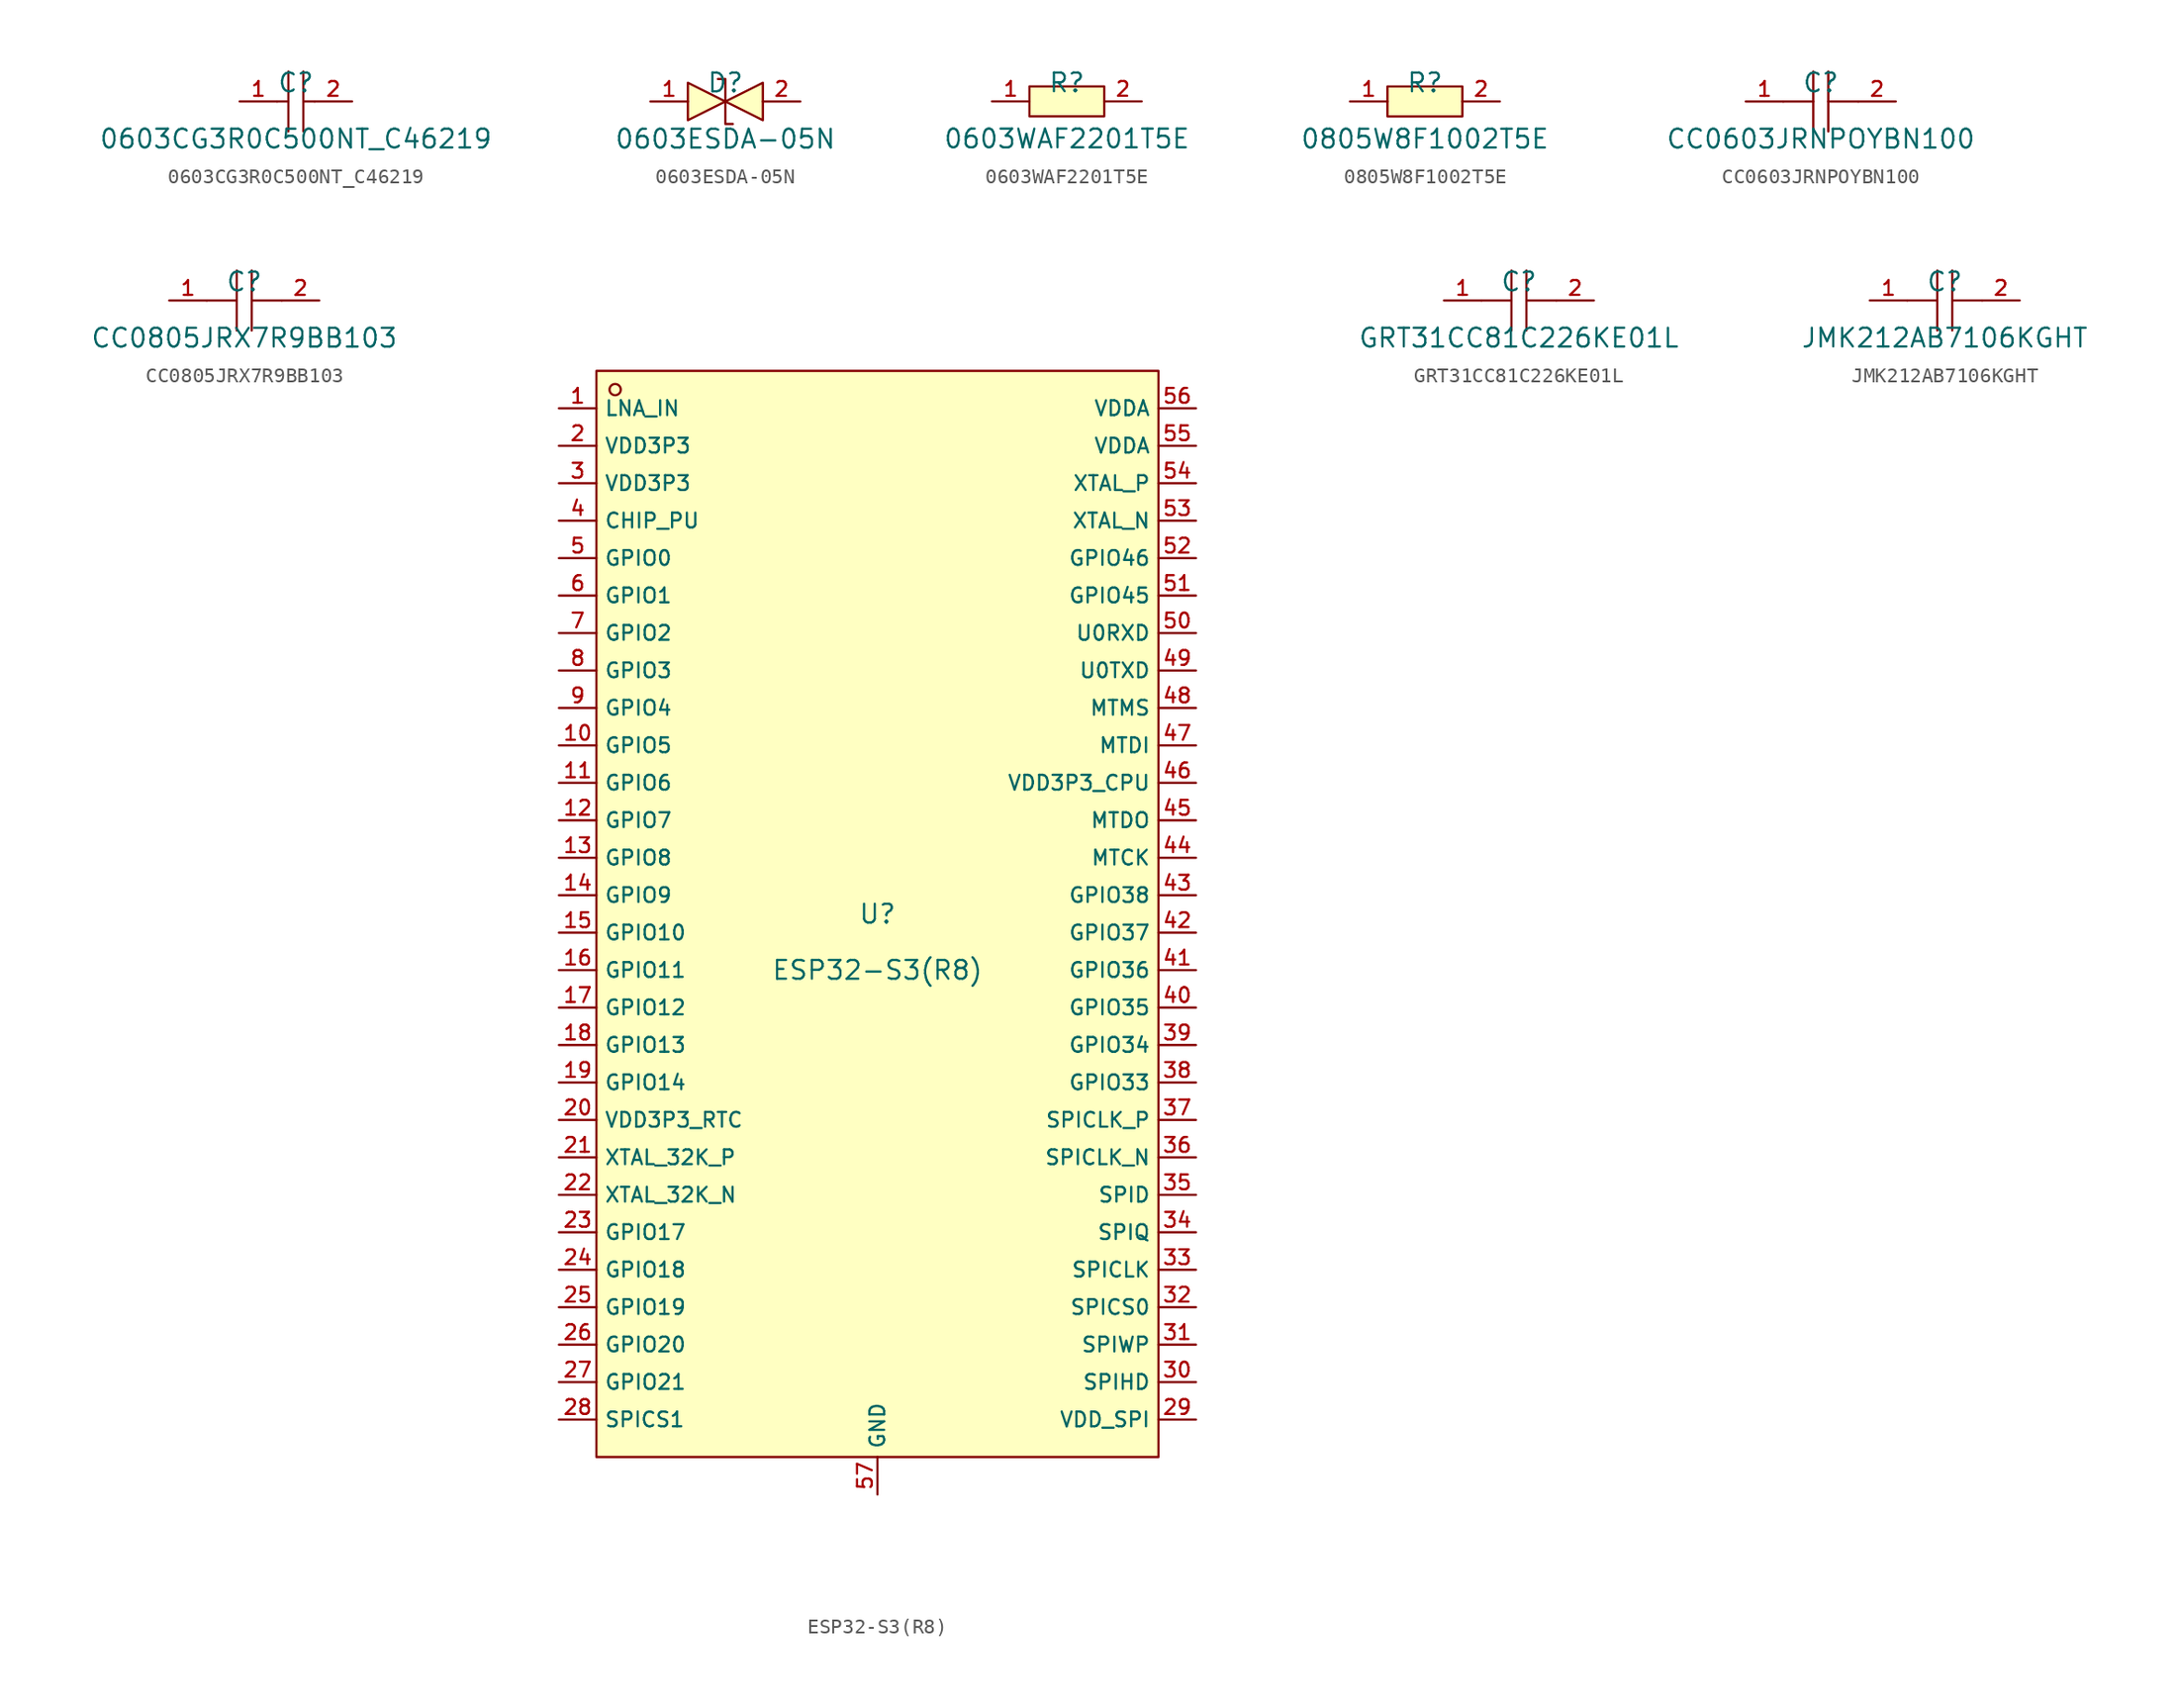
<source format=kicad_sym>
(kicad_symbol_lib
  (version 20210201)
  (generator TousstNicolas/JLC2KiCad_lib)
  (symbol "0603CG3R0C500NT_C46219"
    (pin_names hide)
    (property "Reference" "C"
      (at 0 1.27 0)
      (effects (font (size 1.27 1.27))))
    (property "Value" "0603CG3R0C500NT_C46219"
      (at 0 -2.54 0)
      (effects (font (size 1.27 1.27))))
    (symbol "0603CG3R0C500NT_C46219_0_1"
      (polyline (pts (xy -0.508 2.032) (xy -0.508 -2.032)) (stroke (width 0) (type default) (color 0 0 0 0)) (fill (type none)))
      (polyline (pts (xy 0.508 2.032) (xy 0.508 -2.032)) (stroke (width 0) (type default) (color 0 0 0 0)) (fill (type none)))
      (pin input line (at -3.81 -0.0 0) (length 2.54) (name "1" (effects (font (size 1 1)))) (number "1" (effects (font (size 1 1)))))
      (pin input line (at 3.81 -0.0 180) (length 2.54) (name "2" (effects (font (size 1 1)))) (number "2" (effects (font (size 1 1)))))
      (polyline (pts (xy -1.27 -0.0) (xy -0.508 -0.0)) (stroke (width 0) (type default) (color 0 0 0 0)) (fill (type none)))
      (polyline (pts (xy 0.508 -0.0) (xy 1.27 -0.0)) (stroke (width 0) (type default) (color 0 0 0 0)) (fill (type none)))))
  (symbol "0603ESDA-05N"
    (pin_names hide)
    (property "Reference" "D"
      (at 0 1.27 0)
      (effects (font (size 1.27 1.27))))
    (property "Value" "0603ESDA-05N"
      (at 0 -2.54 0)
      (effects (font (size 1.27 1.27))))
    (symbol "0603ESDA-05N_0_1"
      (pin unspecified line (at 5.08 -0.0 180) (length 2.54) (name "2" (effects (font (size 1 1)))) (number "2" (effects (font (size 1 1)))))
      (pin unspecified line (at -5.08 -0.0 0) (length 2.54) (name "1" (effects (font (size 1 1)))) (number "1" (effects (font (size 1 1)))))
      (polyline (pts (xy -2.54 1.27) (xy 0.0 -0.0) (xy -2.54 -1.27) (xy -2.54 1.27)) (stroke (width 0) (type default) (color 0 0 0 0)) (fill (type background)))
      (polyline (pts (xy 2.54 1.27) (xy 0.0 -0.0) (xy 2.54 -1.27) (xy 2.54 1.27)) (stroke (width 0) (type default) (color 0 0 0 0)) (fill (type background)))
      (polyline (pts (xy -0.508 1.524) (xy -0.508 1.524) (xy 0.0 1.524) (xy 0.0 -1.524) (xy 0.508 -1.524) (xy 0.508 -1.524)) (stroke (width 0) (type default) (color 0 0 0 0)) (fill (type none)))))
  (symbol "0603WAF2201T5E"
    (pin_names hide)
    (property "Reference" "R"
      (at 0 1.27 0)
      (effects (font (size 1.27 1.27))))
    (property "Value" "0603WAF2201T5E"
      (at 0 -2.54 0)
      (effects (font (size 1.27 1.27))))
    (symbol "0603WAF2201T5E_0_1"
      (pin input line (at 5.08 -0.0 180) (length 2.54) (name "2" (effects (font (size 1 1)))) (number "2" (effects (font (size 1 1)))))
      (pin input line (at -5.08 -0.0 0) (length 2.54) (name "1" (effects (font (size 1 1)))) (number "1" (effects (font (size 1 1)))))
      (rectangle (start -2.54 1.016) (end 2.54 -1.016) (stroke (width 0) (type default) (color 0 0 0 0)) (fill (type background)))))
  (symbol "0805W8F1002T5E"
    (pin_names hide)
    (property "Reference" "R"
      (at 0 1.27 0)
      (effects (font (size 1.27 1.27))))
    (property "Value" "0805W8F1002T5E"
      (at 0 -2.54 0)
      (effects (font (size 1.27 1.27))))
    (symbol "0805W8F1002T5E_0_1"
      (pin input line (at 5.08 -0.0 180) (length 2.54) (name "2" (effects (font (size 1 1)))) (number "2" (effects (font (size 1 1)))))
      (pin input line (at -5.08 -0.0 0) (length 2.54) (name "1" (effects (font (size 1 1)))) (number "1" (effects (font (size 1 1)))))
      (rectangle (start -2.54 1.016) (end 2.54 -1.016) (stroke (width 0) (type default) (color 0 0 0 0)) (fill (type background)))))
  (symbol "CC0603JRNPOYBN100"
    (pin_names hide)
    (property "Reference" "C"
      (at 0 1.27 0)
      (effects (font (size 1.27 1.27))))
    (property "Value" "CC0603JRNPOYBN100"
      (at 0 -2.54 0)
      (effects (font (size 1.27 1.27))))
    (symbol "CC0603JRNPOYBN100_0_1"
      (polyline (pts (xy -0.508 -2.032) (xy -0.508 2.032)) (stroke (width 0) (type default) (color 0 0 0 0)) (fill (type none)))
      (pin unspecified line (at -5.08 -0.0 0) (length 2.54) (name "1" (effects (font (size 1 1)))) (number "1" (effects (font (size 1 1)))))
      (polyline (pts (xy 2.54 -0.0) (xy 0.508 -0.0)) (stroke (width 0) (type default) (color 0 0 0 0)) (fill (type none)))
      (polyline (pts (xy 0.508 2.032) (xy 0.508 -2.032)) (stroke (width 0) (type default) (color 0 0 0 0)) (fill (type none)))
      (pin unspecified line (at 5.08 -0.0 180) (length 2.54) (name "2" (effects (font (size 1 1)))) (number "2" (effects (font (size 1 1)))))
      (polyline (pts (xy -0.508 -0.0) (xy -2.54 -0.0)) (stroke (width 0) (type default) (color 0 0 0 0)) (fill (type none)))))
  (symbol "CC0805JRX7R9BB103"
    (pin_names hide)
    (property "Reference" "C"
      (at 0 1.27 0)
      (effects (font (size 1.27 1.27))))
    (property "Value" "CC0805JRX7R9BB103"
      (at 0 -2.54 0)
      (effects (font (size 1.27 1.27))))
    (symbol "CC0805JRX7R9BB103_0_1"
      (polyline (pts (xy -0.508 -2.032) (xy -0.508 2.032)) (stroke (width 0) (type default) (color 0 0 0 0)) (fill (type none)))
      (pin unspecified line (at -5.08 -0.0 0) (length 2.54) (name "1" (effects (font (size 1 1)))) (number "1" (effects (font (size 1 1)))))
      (polyline (pts (xy 2.54 -0.0) (xy 0.508 -0.0)) (stroke (width 0) (type default) (color 0 0 0 0)) (fill (type none)))
      (polyline (pts (xy 0.508 2.032) (xy 0.508 -2.032)) (stroke (width 0) (type default) (color 0 0 0 0)) (fill (type none)))
      (pin unspecified line (at 5.08 -0.0 180) (length 2.54) (name "2" (effects (font (size 1 1)))) (number "2" (effects (font (size 1 1)))))
      (polyline (pts (xy -0.508 -0.0) (xy -2.54 -0.0)) (stroke (width 0) (type default) (color 0 0 0 0)) (fill (type none)))))
  (symbol "ESP32-S3(R8)"
    (property "Reference" "U"
      (at 0 1.27 0)
      (effects (font (size 1.27 1.27))))
    (property "Value" "ESP32-S3(R8)"
      (at 0 -2.54 0)
      (effects (font (size 1.27 1.27))))
    (symbol "ESP32-S3(R8)_0_1"
      (pin unspecified line (at 0.0 -38.1 90) (length 2.54) (name "GND" (effects (font (size 1 1)))) (number "57" (effects (font (size 1 1)))))
      (pin unspecified line (at 21.59 35.56 180) (length 2.54) (name "VDDA" (effects (font (size 1 1)))) (number "56" (effects (font (size 1 1)))))
      (pin unspecified line (at 21.59 33.02 180) (length 2.54) (name "VDDA" (effects (font (size 1 1)))) (number "55" (effects (font (size 1 1)))))
      (pin unspecified line (at 21.59 30.48 180) (length 2.54) (name "XTAL_P" (effects (font (size 1 1)))) (number "54" (effects (font (size 1 1)))))
      (pin unspecified line (at 21.59 27.94 180) (length 2.54) (name "XTAL_N" (effects (font (size 1 1)))) (number "53" (effects (font (size 1 1)))))
      (pin unspecified line (at 21.59 25.4 180) (length 2.54) (name "GPIO46" (effects (font (size 1 1)))) (number "52" (effects (font (size 1 1)))))
      (pin unspecified line (at 21.59 22.86 180) (length 2.54) (name "GPIO45" (effects (font (size 1 1)))) (number "51" (effects (font (size 1 1)))))
      (pin unspecified line (at 21.59 20.32 180) (length 2.54) (name "U0RXD" (effects (font (size 1 1)))) (number "50" (effects (font (size 1 1)))))
      (pin unspecified line (at 21.59 17.78 180) (length 2.54) (name "U0TXD" (effects (font (size 1 1)))) (number "49" (effects (font (size 1 1)))))
      (pin unspecified line (at 21.59 15.24 180) (length 2.54) (name "MTMS" (effects (font (size 1 1)))) (number "48" (effects (font (size 1 1)))))
      (pin unspecified line (at 21.59 12.7 180) (length 2.54) (name "MTDI" (effects (font (size 1 1)))) (number "47" (effects (font (size 1 1)))))
      (pin unspecified line (at 21.59 10.16 180) (length 2.54) (name "VDD3P3_CPU" (effects (font (size 1 1)))) (number "46" (effects (font (size 1 1)))))
      (pin unspecified line (at 21.59 7.62 180) (length 2.54) (name "MTDO" (effects (font (size 1 1)))) (number "45" (effects (font (size 1 1)))))
      (pin unspecified line (at 21.59 5.08 180) (length 2.54) (name "MTCK" (effects (font (size 1 1)))) (number "44" (effects (font (size 1 1)))))
      (pin unspecified line (at 21.59 2.54 180) (length 2.54) (name "GPIO38" (effects (font (size 1 1)))) (number "43" (effects (font (size 1 1)))))
      (pin unspecified line (at 21.59 -0.0 180) (length 2.54) (name "GPIO37" (effects (font (size 1 1)))) (number "42" (effects (font (size 1 1)))))
      (pin unspecified line (at 21.59 -2.54 180) (length 2.54) (name "GPIO36" (effects (font (size 1 1)))) (number "41" (effects (font (size 1 1)))))
      (pin unspecified line (at 21.59 -5.08 180) (length 2.54) (name "GPIO35" (effects (font (size 1 1)))) (number "40" (effects (font (size 1 1)))))
      (pin unspecified line (at 21.59 -7.62 180) (length 2.54) (name "GPIO34" (effects (font (size 1 1)))) (number "39" (effects (font (size 1 1)))))
      (pin unspecified line (at 21.59 -10.16 180) (length 2.54) (name "GPIO33" (effects (font (size 1 1)))) (number "38" (effects (font (size 1 1)))))
      (pin unspecified line (at 21.59 -12.7 180) (length 2.54) (name "SPICLK_P" (effects (font (size 1 1)))) (number "37" (effects (font (size 1 1)))))
      (pin unspecified line (at 21.59 -15.24 180) (length 2.54) (name "SPICLK_N" (effects (font (size 1 1)))) (number "36" (effects (font (size 1 1)))))
      (pin unspecified line (at 21.59 -17.78 180) (length 2.54) (name "SPID" (effects (font (size 1 1)))) (number "35" (effects (font (size 1 1)))))
      (pin unspecified line (at 21.59 -20.32 180) (length 2.54) (name "SPIQ" (effects (font (size 1 1)))) (number "34" (effects (font (size 1 1)))))
      (pin unspecified line (at 21.59 -22.86 180) (length 2.54) (name "SPICLK" (effects (font (size 1 1)))) (number "33" (effects (font (size 1 1)))))
      (pin unspecified line (at 21.59 -25.4 180) (length 2.54) (name "SPICS0" (effects (font (size 1 1)))) (number "32" (effects (font (size 1 1)))))
      (pin unspecified line (at 21.59 -27.94 180) (length 2.54) (name "SPIWP" (effects (font (size 1 1)))) (number "31" (effects (font (size 1 1)))))
      (pin unspecified line (at 21.59 -30.48 180) (length 2.54) (name "SPIHD" (effects (font (size 1 1)))) (number "30" (effects (font (size 1 1)))))
      (pin unspecified line (at 21.59 -33.02 180) (length 2.54) (name "VDD_SPI" (effects (font (size 1 1)))) (number "29" (effects (font (size 1 1)))))
      (pin unspecified line (at -21.59 -33.02 0) (length 2.54) (name "SPICS1" (effects (font (size 1 1)))) (number "28" (effects (font (size 1 1)))))
      (pin unspecified line (at -21.59 -30.48 0) (length 2.54) (name "GPIO21" (effects (font (size 1 1)))) (number "27" (effects (font (size 1 1)))))
      (pin unspecified line (at -21.59 -27.94 0) (length 2.54) (name "GPIO20" (effects (font (size 1 1)))) (number "26" (effects (font (size 1 1)))))
      (pin unspecified line (at -21.59 -25.4 0) (length 2.54) (name "GPIO19" (effects (font (size 1 1)))) (number "25" (effects (font (size 1 1)))))
      (pin unspecified line (at -21.59 -22.86 0) (length 2.54) (name "GPIO18" (effects (font (size 1 1)))) (number "24" (effects (font (size 1 1)))))
      (pin unspecified line (at -21.59 -20.32 0) (length 2.54) (name "GPIO17" (effects (font (size 1 1)))) (number "23" (effects (font (size 1 1)))))
      (pin unspecified line (at -21.59 -17.78 0) (length 2.54) (name "XTAL_32K_N" (effects (font (size 1 1)))) (number "22" (effects (font (size 1 1)))))
      (pin unspecified line (at -21.59 -15.24 0) (length 2.54) (name "XTAL_32K_P" (effects (font (size 1 1)))) (number "21" (effects (font (size 1 1)))))
      (pin unspecified line (at -21.59 -12.7 0) (length 2.54) (name "VDD3P3_RTC" (effects (font (size 1 1)))) (number "20" (effects (font (size 1 1)))))
      (pin unspecified line (at -21.59 -10.16 0) (length 2.54) (name "GPIO14" (effects (font (size 1 1)))) (number "19" (effects (font (size 1 1)))))
      (pin unspecified line (at -21.59 -7.62 0) (length 2.54) (name "GPIO13" (effects (font (size 1 1)))) (number "18" (effects (font (size 1 1)))))
      (pin unspecified line (at -21.59 -5.08 0) (length 2.54) (name "GPIO12" (effects (font (size 1 1)))) (number "17" (effects (font (size 1 1)))))
      (pin unspecified line (at -21.59 -2.54 0) (length 2.54) (name "GPIO11" (effects (font (size 1 1)))) (number "16" (effects (font (size 1 1)))))
      (pin unspecified line (at -21.59 -0.0 0) (length 2.54) (name "GPIO10" (effects (font (size 1 1)))) (number "15" (effects (font (size 1 1)))))
      (pin unspecified line (at -21.59 2.54 0) (length 2.54) (name "GPIO9" (effects (font (size 1 1)))) (number "14" (effects (font (size 1 1)))))
      (pin unspecified line (at -21.59 5.08 0) (length 2.54) (name "GPIO8" (effects (font (size 1 1)))) (number "13" (effects (font (size 1 1)))))
      (pin unspecified line (at -21.59 7.62 0) (length 2.54) (name "GPIO7" (effects (font (size 1 1)))) (number "12" (effects (font (size 1 1)))))
      (pin unspecified line (at -21.59 10.16 0) (length 2.54) (name "GPIO6" (effects (font (size 1 1)))) (number "11" (effects (font (size 1 1)))))
      (pin unspecified line (at -21.59 12.7 0) (length 2.54) (name "GPIO5" (effects (font (size 1 1)))) (number "10" (effects (font (size 1 1)))))
      (pin unspecified line (at -21.59 15.24 0) (length 2.54) (name "GPIO4" (effects (font (size 1 1)))) (number "9" (effects (font (size 1 1)))))
      (pin unspecified line (at -21.59 17.78 0) (length 2.54) (name "GPIO3" (effects (font (size 1 1)))) (number "8" (effects (font (size 1 1)))))
      (pin unspecified line (at -21.59 20.32 0) (length 2.54) (name "GPIO2" (effects (font (size 1 1)))) (number "7" (effects (font (size 1 1)))))
      (pin unspecified line (at -21.59 22.86 0) (length 2.54) (name "GPIO1" (effects (font (size 1 1)))) (number "6" (effects (font (size 1 1)))))
      (pin unspecified line (at -21.59 25.4 0) (length 2.54) (name "GPIO0" (effects (font (size 1 1)))) (number "5" (effects (font (size 1 1)))))
      (pin unspecified line (at -21.59 27.94 0) (length 2.54) (name "CHIP_PU" (effects (font (size 1 1)))) (number "4" (effects (font (size 1 1)))))
      (pin unspecified line (at -21.59 30.48 0) (length 2.54) (name "VDD3P3" (effects (font (size 1 1)))) (number "3" (effects (font (size 1 1)))))
      (pin unspecified line (at -21.59 33.02 0) (length 2.54) (name "VDD3P3" (effects (font (size 1 1)))) (number "2" (effects (font (size 1 1)))))
      (pin unspecified line (at -21.59 35.56 0) (length 2.54) (name "LNA_IN" (effects (font (size 1 1)))) (number "1" (effects (font (size 1 1)))))
      (circle (center -17.78 36.83) (radius 0.381) (stroke (width 0) (type default) (color 0 0 0 0)) (fill (type background)))
      (rectangle (start -19.05 38.1) (end 19.05 -35.56) (stroke (width 0) (type default) (color 0 0 0 0)) (fill (type background)))))
  (symbol "GRT31CC81C226KE01L"
    (pin_names hide)
    (property "Reference" "C"
      (at 0 1.27 0)
      (effects (font (size 1.27 1.27))))
    (property "Value" "GRT31CC81C226KE01L"
      (at 0 -2.54 0)
      (effects (font (size 1.27 1.27))))
    (symbol "GRT31CC81C226KE01L_0_1"
      (polyline (pts (xy -0.508 -0.0) (xy -2.54 -0.0)) (stroke (width 0) (type default) (color 0 0 0 0)) (fill (type none)))
      (pin unspecified line (at 5.08 -0.0 180) (length 2.54) (name "2" (effects (font (size 1 1)))) (number "2" (effects (font (size 1 1)))))
      (polyline (pts (xy 0.508 2.032) (xy 0.508 -2.032)) (stroke (width 0) (type default) (color 0 0 0 0)) (fill (type none)))
      (polyline (pts (xy 2.54 -0.0) (xy 0.508 -0.0)) (stroke (width 0) (type default) (color 0 0 0 0)) (fill (type none)))
      (pin unspecified line (at -5.08 -0.0 0) (length 2.54) (name "1" (effects (font (size 1 1)))) (number "1" (effects (font (size 1 1)))))
      (polyline (pts (xy -0.508 -2.032) (xy -0.508 2.032)) (stroke (width 0) (type default) (color 0 0 0 0)) (fill (type none)))))
  (symbol "JMK212AB7106KGHT"
    (pin_names hide)
    (property "Reference" "C"
      (at 0 1.27 0)
      (effects (font (size 1.27 1.27))))
    (property "Value" "JMK212AB7106KGHT"
      (at 0 -2.54 0)
      (effects (font (size 1.27 1.27))))
    (symbol "JMK212AB7106KGHT_0_1"
      (polyline (pts (xy -0.508 -2.032) (xy -0.508 2.032)) (stroke (width 0) (type default) (color 0 0 0 0)) (fill (type none)))
      (pin unspecified line (at -5.08 -0.0 0) (length 2.54) (name "1" (effects (font (size 1 1)))) (number "1" (effects (font (size 1 1)))))
      (polyline (pts (xy 2.54 -0.0) (xy 0.508 -0.0)) (stroke (width 0) (type default) (color 0 0 0 0)) (fill (type none)))
      (polyline (pts (xy 0.508 2.032) (xy 0.508 -2.032)) (stroke (width 0) (type default) (color 0 0 0 0)) (fill (type none)))
      (pin unspecified line (at 5.08 -0.0 180) (length 2.54) (name "2" (effects (font (size 1 1)))) (number "2" (effects (font (size 1 1)))))
      (polyline (pts (xy -0.508 -0.0) (xy -2.54 -0.0)) (stroke (width 0) (type default) (color 0 0 0 0)) (fill (type none))))))
</source>
